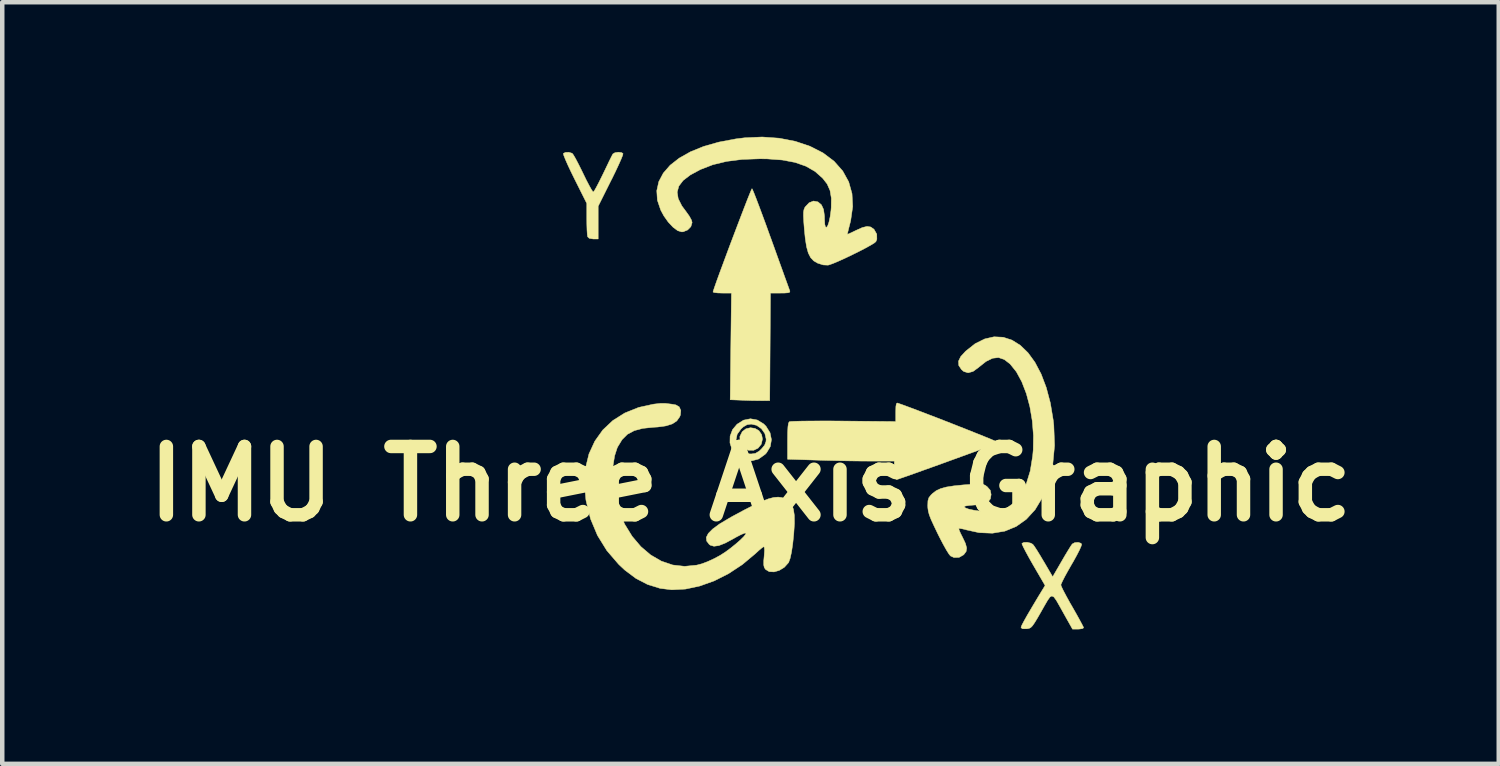
<source format=kicad_pcb>
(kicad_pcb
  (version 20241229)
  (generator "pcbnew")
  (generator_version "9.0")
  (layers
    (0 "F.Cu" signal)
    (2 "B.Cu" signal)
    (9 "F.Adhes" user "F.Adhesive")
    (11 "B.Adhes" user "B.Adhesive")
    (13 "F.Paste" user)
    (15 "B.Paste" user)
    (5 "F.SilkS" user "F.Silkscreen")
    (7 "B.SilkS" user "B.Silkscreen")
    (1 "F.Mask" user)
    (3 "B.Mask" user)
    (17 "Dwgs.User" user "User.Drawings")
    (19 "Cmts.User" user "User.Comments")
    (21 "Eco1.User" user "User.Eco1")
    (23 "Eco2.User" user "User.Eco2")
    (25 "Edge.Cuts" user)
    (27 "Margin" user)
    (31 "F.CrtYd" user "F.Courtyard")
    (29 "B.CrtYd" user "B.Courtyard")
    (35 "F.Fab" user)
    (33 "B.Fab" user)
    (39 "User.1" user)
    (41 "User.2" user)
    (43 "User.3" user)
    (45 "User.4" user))
  (footprint "IMU Three Axis Graphic"
    (layer "F.Cu")
    (at 13.687 7.741)
    (property "Reference" "IMU Three Axis Graphic" (at 0 0 0) (layer "F.SilkS") (effects (font (size 1.524 1.524) (thickness 0.3))))
    (attr through_hole)
    (fp_poly (pts (xy 0.1 -1.237) (xy 0.188 -1.186) (xy 0.248 -1.099) (xy 0.267 -1) (xy 0.24 -0.884) (xy 0.169 -0.797) (xy 0.071 -0.749) (xy -0.042 -0.75) (xy -0.095 -0.771) (xy -0.181 -0.845) (xy -0.233 -0.948) (xy -0.237 -1.056) (xy -0.236 -1.06) (xy -0.184 -1.165) (xy -0.101 -1.229) (xy -0.001 -1.252) (xy 0.1 -1.237)) (stroke (width 0.01) (type solid)) (fill yes) (layer "F.SilkS"))
    (fp_poly (pts (xy 0.152 -1.424) (xy 0.294 -1.337) (xy 0.346 -1.285) (xy 0.436 -1.14) (xy 0.467 -0.986) (xy 0.441 -0.832) (xy 0.358 -0.693) (xy 0.325 -0.658) (xy 0.179 -0.554) (xy 0.027 -0.514) (xy -0.132 -0.536) (xy -0.176 -0.553) (xy -0.317 -0.644) (xy -0.412 -0.769) (xy -0.458 -0.913) (xy -0.457 -0.986) (xy -0.322 -0.986) (xy -0.283 -0.866) (xy -0.21 -0.775) (xy -0.122 -0.701) (xy -0.038 -0.67) (xy 0.016 -0.667) (xy 0.109 -0.68) (xy 0.191 -0.729) (xy 0.241 -0.775) (xy 0.315 -0.863) (xy 0.346 -0.946) (xy 0.349 -1) (xy 0.32 -1.123) (xy 0.244 -1.23) (xy 0.136 -1.306) (xy 0.016 -1.333) (xy -0.077 -1.32) (xy -0.16 -1.272) (xy -0.21 -1.226) (xy -0.297 -1.106) (xy -0.322 -0.986) (xy -0.457 -0.986) (xy -0.455 -1.065) (xy -0.4 -1.211) (xy -0.3 -1.33) (xy -0.155 -1.421) (xy -0.001 -1.452) (xy 0.152 -1.424)) (stroke (width 0.01) (type solid)) (fill yes) (layer "F.SilkS"))
    (fp_poly (pts (xy 0.047 -6.559) (xy 0.08 -6.48) (xy 0.129 -6.355) (xy 0.192 -6.189) (xy 0.267 -5.988) (xy 0.351 -5.76) (xy 0.441 -5.51) (xy 0.455 -5.473) (xy 0.547 -5.218) (xy 0.632 -4.981) (xy 0.709 -4.768) (xy 0.774 -4.587) (xy 0.826 -4.444) (xy 0.861 -4.347) (xy 0.878 -4.302) (xy 0.878 -4.3) (xy 0.876 -4.276) (xy 0.84 -4.262) (xy 0.759 -4.256) (xy 0.671 -4.255) (xy 0.445 -4.255) (xy 0.429 -1.857) (xy 0.27 -1.855) (xy 0.162 -1.856) (xy 0.018 -1.858) (xy -0.136 -1.863) (xy -0.171 -1.865) (xy -0.453 -1.876) (xy -0.439 -3.065) (xy -0.425 -4.255) (xy -0.623 -4.255) (xy -0.729 -4.258) (xy -0.806 -4.267) (xy -0.836 -4.278) (xy -0.827 -4.311) (xy -0.799 -4.395) (xy -0.754 -4.523) (xy -0.695 -4.686) (xy -0.624 -4.877) (xy -0.546 -5.088) (xy -0.463 -5.311) (xy -0.377 -5.538) (xy -0.292 -5.762) (xy -0.211 -5.974) (xy -0.137 -6.166) (xy -0.073 -6.331) (xy -0.021 -6.461) (xy 0.015 -6.548) (xy 0.033 -6.584) (xy 0.033 -6.584) (xy 0.047 -6.559)) (stroke (width 0.01) (type solid)) (fill yes) (layer "F.SilkS"))
    (fp_poly (pts (xy -2.876 -7.388) (xy -2.843 -7.368) (xy -2.85 -7.331) (xy -2.883 -7.247) (xy -2.937 -7.125) (xy -3.008 -6.973) (xy -3.092 -6.801) (xy -3.111 -6.765) (xy -3.397 -6.192) (xy -3.397 -5.461) (xy -3.505 -5.461) (xy -3.595 -5.476) (xy -3.632 -5.511) (xy -3.64 -5.562) (xy -3.646 -5.661) (xy -3.65 -5.793) (xy -3.651 -5.908) (xy -3.651 -6.255) (xy -3.922 -6.796) (xy -4.006 -6.967) (xy -4.077 -7.118) (xy -4.131 -7.242) (xy -4.165 -7.328) (xy -4.174 -7.367) (xy -4.174 -7.368) (xy -4.128 -7.392) (xy -4.053 -7.395) (xy -3.982 -7.374) (xy -3.975 -7.37) (xy -3.947 -7.333) (xy -3.899 -7.25) (xy -3.836 -7.13) (xy -3.764 -6.986) (xy -3.734 -6.924) (xy -3.662 -6.776) (xy -3.597 -6.652) (xy -3.546 -6.561) (xy -3.513 -6.514) (xy -3.506 -6.509) (xy -3.482 -6.538) (xy -3.438 -6.615) (xy -3.379 -6.728) (xy -3.31 -6.867) (xy -3.286 -6.916) (xy -3.214 -7.065) (xy -3.152 -7.195) (xy -3.103 -7.294) (xy -3.073 -7.351) (xy -3.069 -7.358) (xy -3.022 -7.386) (xy -2.947 -7.397) (xy -2.876 -7.388)) (stroke (width 0.01) (type solid)) (fill yes) (layer "F.SilkS"))
    (fp_poly (pts (xy 3.278 -1.803) (xy 3.395 -1.762) (xy 3.549 -1.705) (xy 3.733 -1.636) (xy 3.939 -1.557) (xy 4.159 -1.473) (xy 4.385 -1.385) (xy 4.611 -1.296) (xy 4.829 -1.21) (xy 5.03 -1.13) (xy 5.207 -1.059) (xy 5.354 -0.999) (xy 5.461 -0.953) (xy 5.521 -0.926) (xy 5.532 -0.918) (xy 5.5 -0.905) (xy 5.416 -0.872) (xy 5.288 -0.825) (xy 5.124 -0.764) (xy 4.932 -0.694) (xy 4.721 -0.617) (xy 4.498 -0.536) (xy 4.272 -0.454) (xy 4.05 -0.374) (xy 3.84 -0.299) (xy 3.651 -0.231) (xy 3.49 -0.174) (xy 3.365 -0.131) (xy 3.285 -0.103) (xy 3.258 -0.095) (xy 3.231 -0.113) (xy 3.228 -0.116) (xy 3.216 -0.157) (xy 3.209 -0.241) (xy 3.207 -0.323) (xy 3.207 -0.508) (xy 2.688 -0.508) (xy 2.484 -0.509) (xy 2.238 -0.512) (xy 1.972 -0.517) (xy 1.708 -0.523) (xy 1.497 -0.529) (xy 0.826 -0.55) (xy 0.826 -0.956) (xy 0.828 -1.144) (xy 0.835 -1.274) (xy 0.847 -1.353) (xy 0.865 -1.386) (xy 0.905 -1.392) (xy 1.001 -1.396) (xy 1.146 -1.4) (xy 1.332 -1.402) (xy 1.553 -1.403) (xy 1.8 -1.403) (xy 2.067 -1.401) (xy 2.072 -1.401) (xy 3.239 -1.39) (xy 3.239 -1.604) (xy 3.242 -1.723) (xy 3.253 -1.787) (xy 3.274 -1.804) (xy 3.278 -1.803)) (stroke (width 0.01) (type solid)) (fill yes) (layer "F.SilkS"))
    (fp_poly (pts (xy 6.251 1.322) (xy 6.296 1.348) (xy 6.33 1.392) (xy 6.387 1.479) (xy 6.459 1.596) (xy 6.539 1.731) (xy 6.541 1.733) (xy 6.739 2.072) (xy 6.939 1.727) (xy 7.018 1.591) (xy 7.089 1.474) (xy 7.143 1.387) (xy 7.174 1.343) (xy 7.175 1.341) (xy 7.232 1.31) (xy 7.307 1.304) (xy 7.368 1.324) (xy 7.385 1.345) (xy 7.375 1.386) (xy 7.338 1.471) (xy 7.278 1.588) (xy 7.201 1.728) (xy 7.161 1.796) (xy 7.077 1.943) (xy 7.005 2.074) (xy 6.953 2.177) (xy 6.925 2.241) (xy 6.921 2.254) (xy 6.937 2.297) (xy 6.979 2.385) (xy 7.043 2.505) (xy 7.122 2.649) (xy 7.176 2.742) (xy 7.262 2.893) (xy 7.335 3.025) (xy 7.391 3.129) (xy 7.424 3.194) (xy 7.429 3.21) (xy 7.401 3.228) (xy 7.331 3.238) (xy 7.305 3.239) (xy 7.181 3.239) (xy 6.989 2.897) (xy 6.891 2.721) (xy 6.82 2.597) (xy 6.766 2.523) (xy 6.721 2.5) (xy 6.677 2.525) (xy 6.625 2.598) (xy 6.556 2.717) (xy 6.491 2.832) (xy 6.403 2.986) (xy 6.338 3.093) (xy 6.29 3.163) (xy 6.251 3.203) (xy 6.213 3.223) (xy 6.169 3.231) (xy 6.151 3.232) (xy 6.064 3.231) (xy 6.033 3.205) (xy 6.033 3.201) (xy 6.049 3.156) (xy 6.098 3.062) (xy 6.176 2.923) (xy 6.282 2.743) (xy 6.412 2.525) (xy 6.511 2.363) (xy 6.57 2.266) (xy 6.304 1.809) (xy 6.216 1.655) (xy 6.143 1.521) (xy 6.088 1.415) (xy 6.057 1.347) (xy 6.053 1.327) (xy 6.098 1.305) (xy 6.174 1.304) (xy 6.251 1.322)) (stroke (width 0.01) (type solid)) (fill yes) (layer "F.SilkS"))
    (fp_poly (pts (xy 5.636 -3.27) (xy 5.832 -3.206) (xy 6.017 -3.09) (xy 6.189 -2.924) (xy 6.344 -2.711) (xy 6.481 -2.451) (xy 6.596 -2.148) (xy 6.687 -1.805) (xy 6.751 -1.422) (xy 6.764 -1.305) (xy 6.781 -0.858) (xy 6.741 -0.433) (xy 6.645 -0.034) (xy 6.507 0.31) (xy 6.346 0.577) (xy 6.15 0.79) (xy 5.925 0.95) (xy 5.672 1.054) (xy 5.396 1.1) (xy 5.098 1.088) (xy 4.824 1.028) (xy 4.73 1.004) (xy 4.665 0.993) (xy 4.646 0.995) (xy 4.652 1.028) (xy 4.683 1.101) (xy 4.729 1.192) (xy 4.794 1.329) (xy 4.821 1.43) (xy 4.809 1.508) (xy 4.759 1.575) (xy 4.753 1.582) (xy 4.649 1.641) (xy 4.537 1.642) (xy 4.46 1.607) (xy 4.425 1.564) (xy 4.369 1.475) (xy 4.299 1.35) (xy 4.221 1.201) (xy 4.175 1.109) (xy 4.089 0.929) (xy 4.027 0.794) (xy 3.987 0.691) (xy 3.965 0.609) (xy 3.955 0.536) (xy 3.953 0.484) (xy 3.957 0.378) (xy 3.978 0.308) (xy 4.026 0.247) (xy 4.066 0.209) (xy 4.143 0.151) (xy 4.24 0.106) (xy 4.366 0.071) (xy 4.531 0.045) (xy 4.745 0.023) (xy 4.874 0.014) (xy 5.021 0.006) (xy 5.119 0.004) (xy 5.185 0.012) (xy 5.233 0.03) (xy 5.277 0.062) (xy 5.278 0.063) (xy 5.347 0.142) (xy 5.366 0.236) (xy 5.35 0.334) (xy 5.296 0.403) (xy 5.197 0.446) (xy 5.047 0.468) (xy 4.998 0.471) (xy 4.885 0.48) (xy 4.801 0.492) (xy 4.763 0.505) (xy 4.763 0.507) (xy 4.792 0.536) (xy 4.87 0.564) (xy 4.984 0.588) (xy 5.119 0.607) (xy 5.26 0.617) (xy 5.318 0.618) (xy 5.471 0.613) (xy 5.583 0.595) (xy 5.676 0.562) (xy 5.702 0.549) (xy 5.882 0.418) (xy 6.032 0.233) (xy 6.151 -0.003) (xy 6.239 -0.289) (xy 6.293 -0.622) (xy 6.305 -0.756) (xy 6.31 -1.079) (xy 6.284 -1.404) (xy 6.231 -1.718) (xy 6.152 -2.013) (xy 6.05 -2.277) (xy 5.929 -2.5) (xy 5.791 -2.672) (xy 5.787 -2.676) (xy 5.659 -2.774) (xy 5.532 -2.817) (xy 5.399 -2.802) (xy 5.254 -2.731) (xy 5.091 -2.602) (xy 5.089 -2.599) (xy 4.964 -2.508) (xy 4.853 -2.477) (xy 4.755 -2.507) (xy 4.705 -2.55) (xy 4.644 -2.642) (xy 4.639 -2.737) (xy 4.689 -2.84) (xy 4.797 -2.958) (xy 5.009 -3.126) (xy 5.222 -3.232) (xy 5.432 -3.28) (xy 5.636 -3.27)) (stroke (width 0.01) (type solid)) (fill yes) (layer "F.SilkS"))
    (fp_poly (pts (xy 0.639 -7.709) (xy 0.997 -7.64) (xy 1.325 -7.53) (xy 1.616 -7.382) (xy 1.862 -7.197) (xy 1.866 -7.193) (xy 2.057 -6.977) (xy 2.19 -6.736) (xy 2.264 -6.472) (xy 2.279 -6.185) (xy 2.235 -5.876) (xy 2.223 -5.826) (xy 2.193 -5.709) (xy 2.171 -5.619) (xy 2.16 -5.571) (xy 2.159 -5.567) (xy 2.185 -5.574) (xy 2.252 -5.604) (xy 2.347 -5.65) (xy 2.349 -5.651) (xy 2.493 -5.716) (xy 2.6 -5.742) (xy 2.681 -5.729) (xy 2.751 -5.68) (xy 2.757 -5.673) (xy 2.816 -5.569) (xy 2.818 -5.456) (xy 2.797 -5.403) (xy 2.759 -5.371) (xy 2.675 -5.32) (xy 2.555 -5.254) (xy 2.412 -5.18) (xy 2.258 -5.104) (xy 2.103 -5.03) (xy 1.959 -4.965) (xy 1.838 -4.914) (xy 1.752 -4.884) (xy 1.729 -4.878) (xy 1.622 -4.883) (xy 1.498 -4.922) (xy 1.498 -4.922) (xy 1.409 -4.974) (xy 1.341 -5.046) (xy 1.289 -5.148) (xy 1.25 -5.288) (xy 1.221 -5.474) (xy 1.2 -5.684) (xy 1.187 -5.856) (xy 1.181 -5.978) (xy 1.182 -6.06) (xy 1.192 -6.116) (xy 1.209 -6.159) (xy 1.22 -6.177) (xy 1.307 -6.269) (xy 1.405 -6.308) (xy 1.503 -6.289) (xy 1.505 -6.288) (xy 1.582 -6.223) (xy 1.629 -6.121) (xy 1.65 -5.972) (xy 1.651 -5.904) (xy 1.657 -5.788) (xy 1.673 -5.729) (xy 1.696 -5.721) (xy 1.723 -5.759) (xy 1.75 -5.838) (xy 1.775 -5.952) (xy 1.795 -6.097) (xy 1.8 -6.16) (xy 1.803 -6.372) (xy 1.774 -6.542) (xy 1.71 -6.687) (xy 1.61 -6.816) (xy 1.44 -6.967) (xy 1.237 -7.084) (xy 0.994 -7.169) (xy 0.708 -7.223) (xy 0.371 -7.248) (xy 0.206 -7.25) (xy -0.188 -7.236) (xy -0.533 -7.192) (xy -0.839 -7.118) (xy -1.114 -7.012) (xy -1.124 -7.007) (xy -1.344 -6.888) (xy -1.502 -6.767) (xy -1.598 -6.641) (xy -1.635 -6.506) (xy -1.612 -6.36) (xy -1.531 -6.199) (xy -1.441 -6.078) (xy -1.365 -5.972) (xy -1.315 -5.88) (xy -1.302 -5.828) (xy -1.33 -5.736) (xy -1.403 -5.662) (xy -1.502 -5.622) (xy -1.535 -5.62) (xy -1.624 -5.647) (xy -1.727 -5.724) (xy -1.834 -5.838) (xy -1.934 -5.979) (xy -2.003 -6.108) (xy -2.077 -6.327) (xy -2.09 -6.538) (xy -2.045 -6.74) (xy -1.945 -6.93) (xy -1.792 -7.106) (xy -1.589 -7.265) (xy -1.339 -7.406) (xy -1.044 -7.526) (xy -0.706 -7.622) (xy -0.33 -7.693) (xy -0.131 -7.718) (xy 0.261 -7.736) (xy 0.639 -7.709)) (stroke (width 0.01) (type solid)) (fill yes) (layer "F.SilkS"))
    (fp_poly (pts (xy -1.759 -1.778) (xy -1.664 -1.761) (xy -1.59 -1.718) (xy -1.554 -1.638) (xy -1.563 -1.537) (xy -1.579 -1.496) (xy -1.644 -1.404) (xy -1.742 -1.339) (xy -1.882 -1.294) (xy -2.072 -1.268) (xy -2.159 -1.263) (xy -2.402 -1.238) (xy -2.594 -1.187) (xy -2.745 -1.106) (xy -2.863 -0.988) (xy -2.96 -0.829) (xy -2.976 -0.794) (xy -3.03 -0.626) (xy -3.064 -0.417) (xy -3.077 -0.187) (xy -3.067 0.045) (xy -3.038 0.242) (xy -2.941 0.587) (xy -2.807 0.897) (xy -2.64 1.169) (xy -2.445 1.399) (xy -2.226 1.585) (xy -1.988 1.723) (xy -1.734 1.809) (xy -1.469 1.839) (xy -1.198 1.812) (xy -1.081 1.781) (xy -0.952 1.732) (xy -0.803 1.663) (xy -0.674 1.593) (xy -0.562 1.521) (xy -0.444 1.434) (xy -0.33 1.342) (xy -0.228 1.253) (xy -0.15 1.176) (xy -0.106 1.12) (xy -0.102 1.095) (xy -0.137 1.1) (xy -0.213 1.132) (xy -0.317 1.186) (xy -0.377 1.22) (xy -0.561 1.319) (xy -0.705 1.376) (xy -0.815 1.391) (xy -0.897 1.367) (xy -0.921 1.349) (xy -0.978 1.274) (xy -0.986 1.193) (xy -0.941 1.105) (xy -0.843 1.006) (xy -0.689 0.893) (xy -0.476 0.766) (xy -0.411 0.729) (xy -0.144 0.585) (xy 0.075 0.473) (xy 0.255 0.39) (xy 0.4 0.334) (xy 0.518 0.303) (xy 0.617 0.295) (xy 0.701 0.306) (xy 0.771 0.332) (xy 0.855 0.386) (xy 0.916 0.461) (xy 0.957 0.564) (xy 0.978 0.702) (xy 0.98 0.883) (xy 0.965 1.113) (xy 0.942 1.337) (xy 0.915 1.52) (xy 0.884 1.661) (xy 0.851 1.751) (xy 0.846 1.759) (xy 0.755 1.86) (xy 0.643 1.929) (xy 0.525 1.963) (xy 0.417 1.957) (xy 0.336 1.908) (xy 0.308 1.866) (xy 0.295 1.809) (xy 0.295 1.719) (xy 0.304 1.618) (xy 0.313 1.488) (xy 0.309 1.417) (xy 0.293 1.401) (xy 0.253 1.428) (xy 0.184 1.486) (xy 0.106 1.558) (xy -0.182 1.799) (xy -0.49 2.002) (xy -0.809 2.163) (xy -1.132 2.278) (xy -1.45 2.346) (xy -1.755 2.362) (xy -2.016 2.33) (xy -2.296 2.243) (xy -2.556 2.108) (xy -2.806 1.92) (xy -2.939 1.795) (xy -3.204 1.487) (xy -3.413 1.149) (xy -3.567 0.781) (xy -3.666 0.38) (xy -3.671 0.351) (xy -3.703 -0.014) (xy -3.679 -0.355) (xy -3.602 -0.669) (xy -3.472 -0.952) (xy -3.295 -1.201) (xy -3.071 -1.412) (xy -2.803 -1.581) (xy -2.494 -1.705) (xy -2.162 -1.778) (xy -2.017 -1.794) (xy -1.893 -1.794) (xy -1.759 -1.778)) (stroke (width 0.01) (type solid)) (fill yes) (layer "F.SilkS")))
  (gr_rect
    (start -3 -3)
    (end 30.374 13.984)
    (stroke (width 0.1) (type default))
    (fill no)
    (layer "Edge.Cuts")))
</source>
